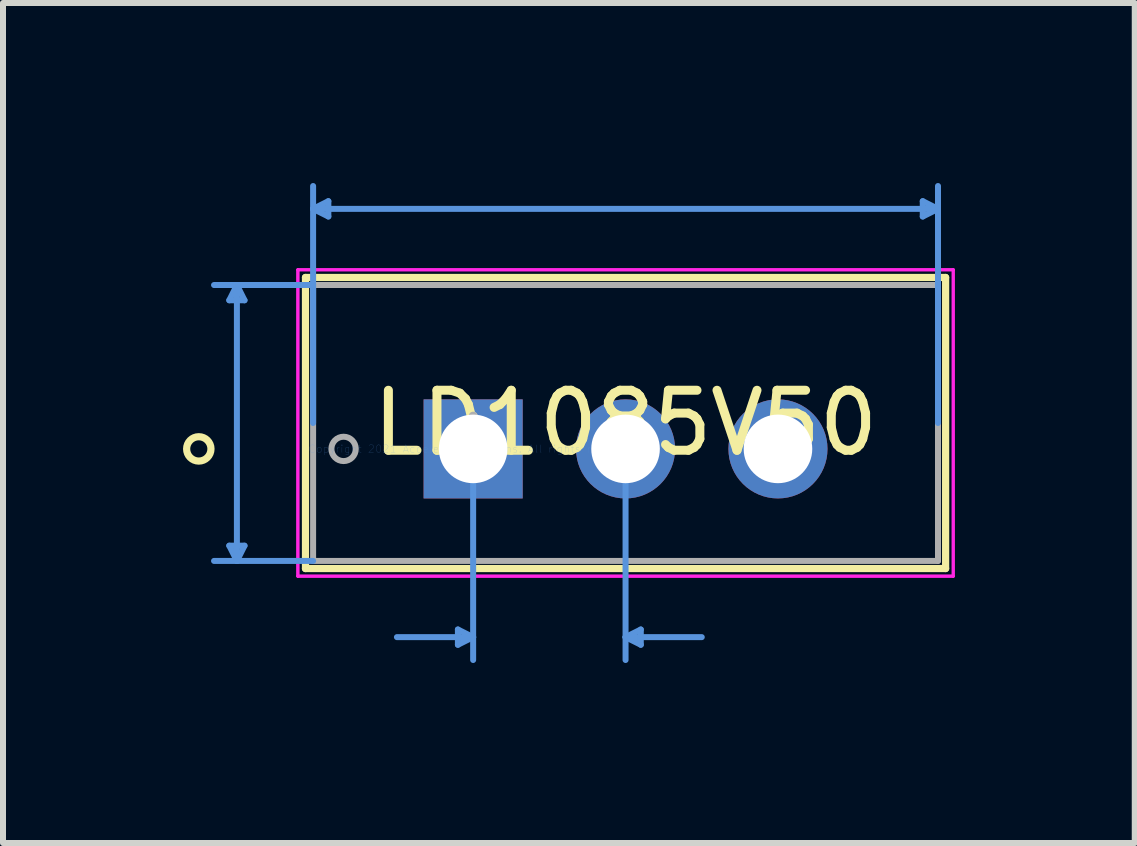
<source format=kicad_pcb>
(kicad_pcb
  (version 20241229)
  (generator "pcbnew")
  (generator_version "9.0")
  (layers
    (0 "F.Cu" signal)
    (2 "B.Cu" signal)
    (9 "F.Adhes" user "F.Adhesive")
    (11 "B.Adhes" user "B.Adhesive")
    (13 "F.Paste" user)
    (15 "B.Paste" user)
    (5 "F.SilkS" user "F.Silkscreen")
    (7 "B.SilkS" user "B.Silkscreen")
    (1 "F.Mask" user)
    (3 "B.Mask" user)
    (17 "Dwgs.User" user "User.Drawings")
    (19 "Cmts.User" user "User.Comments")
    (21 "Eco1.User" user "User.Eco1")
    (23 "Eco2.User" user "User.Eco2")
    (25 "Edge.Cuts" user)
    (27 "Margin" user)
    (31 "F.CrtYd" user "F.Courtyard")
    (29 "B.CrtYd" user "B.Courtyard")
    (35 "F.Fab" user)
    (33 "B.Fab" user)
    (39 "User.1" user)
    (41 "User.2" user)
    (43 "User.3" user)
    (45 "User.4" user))
  (footprint "LD1085V50"
    (layer "F.Cu")
    (at 4.835 4.431)
    (property "Reference" "LD1085V50" (at 2.54 -0.432 0) (layer "F.SilkS") (effects (font (size 1 1) (thickness 0.15))))
    (attr through_hole)
    (fp_line (start -2.794 -2.857) (end -2.794 1.994) (stroke (width 0.12) (type solid)) (layer "F.SilkS"))
    (fp_line (start -2.794 1.994) (end 7.874 1.994) (stroke (width 0.12) (type solid)) (layer "F.SilkS"))
    (fp_line (start 7.874 -2.857) (end -2.794 -2.857) (stroke (width 0.12) (type solid)) (layer "F.SilkS"))
    (fp_line (start 7.874 1.994) (end 7.874 -2.857) (stroke (width 0.12) (type solid)) (layer "F.SilkS"))
    (fp_circle (center -4.572 0) (end -4.369 0) (stroke (width 0.12) (type solid)) (fill no) (layer "F.SilkS"))
    (fp_line (start -4.064 -2.477) (end -3.81 -2.477) (stroke (width 0.1) (type solid)) (layer "Cmts.User"))
    (fp_line (start -4.064 1.613) (end -3.81 1.613) (stroke (width 0.1) (type solid)) (layer "Cmts.User"))
    (fp_line (start -3.937 -2.731) (end -4.064 -2.477) (stroke (width 0.1) (type solid)) (layer "Cmts.User"))
    (fp_line (start -3.937 -2.731) (end -3.937 1.867) (stroke (width 0.1) (type solid)) (layer "Cmts.User"))
    (fp_line (start -3.937 -2.731) (end -3.81 -2.477) (stroke (width 0.1) (type solid)) (layer "Cmts.User"))
    (fp_line (start -3.937 1.867) (end -4.064 1.613) (stroke (width 0.1) (type solid)) (layer "Cmts.User"))
    (fp_line (start -3.937 1.867) (end -3.81 1.613) (stroke (width 0.1) (type solid)) (layer "Cmts.User"))
    (fp_line (start -2.667 -4) (end -2.413 -4.128) (stroke (width 0.1) (type solid)) (layer "Cmts.User"))
    (fp_line (start -2.667 -4) (end -2.413 -3.873) (stroke (width 0.1) (type solid)) (layer "Cmts.User"))
    (fp_line (start -2.667 -4) (end 7.747 -4) (stroke (width 0.1) (type solid)) (layer "Cmts.User"))
    (fp_line (start -2.667 -2.731) (end -4.318 -2.731) (stroke (width 0.1) (type solid)) (layer "Cmts.User"))
    (fp_line (start -2.667 -0.432) (end -2.667 -4.381) (stroke (width 0.1) (type solid)) (layer "Cmts.User"))
    (fp_line (start -2.667 1.867) (end -4.318 1.867) (stroke (width 0.1) (type solid)) (layer "Cmts.User"))
    (fp_line (start -2.413 -4.128) (end -2.413 -3.873) (stroke (width 0.1) (type solid)) (layer "Cmts.User"))
    (fp_line (start -0.254 3.01) (end -0.254 3.264) (stroke (width 0.1) (type solid)) (layer "Cmts.User"))
    (fp_line (start 0 0) (end 0 3.518) (stroke (width 0.1) (type solid)) (layer "Cmts.User"))
    (fp_line (start 0 3.137) (end -1.27 3.137) (stroke (width 0.1) (type solid)) (layer "Cmts.User"))
    (fp_line (start 0 3.137) (end -0.254 3.01) (stroke (width 0.1) (type solid)) (layer "Cmts.User"))
    (fp_line (start 0 3.137) (end -0.254 3.264) (stroke (width 0.1) (type solid)) (layer "Cmts.User"))
    (fp_line (start 2.54 0) (end 2.54 3.518) (stroke (width 0.1) (type solid)) (layer "Cmts.User"))
    (fp_line (start 2.54 3.137) (end 2.794 3.01) (stroke (width 0.1) (type solid)) (layer "Cmts.User"))
    (fp_line (start 2.54 3.137) (end 2.794 3.264) (stroke (width 0.1) (type solid)) (layer "Cmts.User"))
    (fp_line (start 2.54 3.137) (end 3.81 3.137) (stroke (width 0.1) (type solid)) (layer "Cmts.User"))
    (fp_line (start 2.794 3.01) (end 2.794 3.264) (stroke (width 0.1) (type solid)) (layer "Cmts.User"))
    (fp_line (start 7.493 -4.128) (end 7.493 -3.873) (stroke (width 0.1) (type solid)) (layer "Cmts.User"))
    (fp_line (start 7.747 -4) (end 7.493 -4.128) (stroke (width 0.1) (type solid)) (layer "Cmts.User"))
    (fp_line (start 7.747 -4) (end 7.493 -3.873) (stroke (width 0.1) (type solid)) (layer "Cmts.User"))
    (fp_line (start 7.747 -0.432) (end 7.747 -4.381) (stroke (width 0.1) (type solid)) (layer "Cmts.User"))
    (fp_line (start -2.921 -2.985) (end 8.001 -2.985) (stroke (width 0.05) (type solid)) (layer "F.CrtYd"))
    (fp_line (start -2.921 -2.985) (end 8.001 -2.985) (stroke (width 0.05) (type solid)) (layer "F.CrtYd"))
    (fp_line (start -2.921 2.121) (end -2.921 -2.985) (stroke (width 0.05) (type solid)) (layer "F.CrtYd"))
    (fp_line (start -2.921 2.121) (end -2.921 -2.985) (stroke (width 0.05) (type solid)) (layer "F.CrtYd"))
    (fp_line (start 8.001 -2.985) (end 8.001 2.121) (stroke (width 0.05) (type solid)) (layer "F.CrtYd"))
    (fp_line (start 8.001 -2.985) (end 8.001 2.121) (stroke (width 0.05) (type solid)) (layer "F.CrtYd"))
    (fp_line (start 8.001 2.121) (end -2.921 2.121) (stroke (width 0.05) (type solid)) (layer "F.CrtYd"))
    (fp_line (start 8.001 2.121) (end -2.921 2.121) (stroke (width 0.05) (type solid)) (layer "F.CrtYd"))
    (fp_line (start -2.667 -2.731) (end -2.667 1.867) (stroke (width 0.1) (type solid)) (layer "F.Fab"))
    (fp_line (start -2.667 1.867) (end 7.747 1.867) (stroke (width 0.1) (type solid)) (layer "F.Fab"))
    (fp_line (start -0.254 0) (end 0.254 0) (stroke (width 0.1) (type solid)) (layer "F.Fab"))
    (fp_line (start 0 0.254) (end 0 -0.254) (stroke (width 0.1) (type solid)) (layer "F.Fab"))
    (fp_line (start 7.747 -2.731) (end -2.667 -2.731) (stroke (width 0.1) (type solid)) (layer "F.Fab"))
    (fp_line (start 7.747 1.867) (end 7.747 -2.731) (stroke (width 0.1) (type solid)) (layer "F.Fab"))
    (fp_circle (center -2.159 0) (end -1.956 0) (stroke (width 0.1) (type solid)) (fill no) (layer "F.Fab"))
    (fp_text user "*" (at 0 0 0) (layer "F.SilkS") (effects (font (size 1 1) (thickness 0.15))))
    (fp_text user "Copyright 2021 Accelerated Designs. All rights reserved." (at 0 0 0) (layer "Cmts.User") (effects (font (size 0.127 0.127) (thickness 0.002))))
    (fp_text user "*" (at 0 0 0) (layer "F.Fab") (effects (font (size 1 1) (thickness 0.15))))
    (pad "1" thru_hole rect (at 0 0) (size 1.651 1.651) (drill 1.143) (layers "*.Cu" "*.Mask"))
    (pad "2" thru_hole circle (at 2.54 0) (size 1.651 1.651) (drill 1.143) (layers "*.Cu" "*.Mask"))
    (pad "3" thru_hole circle (at 5.08 0) (size 1.651 1.651) (drill 1.143) (layers "*.Cu" "*.Mask")))
  (gr_rect
    (start -3 -3)
    (end 15.861 10.999)
    (stroke (width 0.1) (type default))
    (fill no)
    (layer "Edge.Cuts")))
</source>
